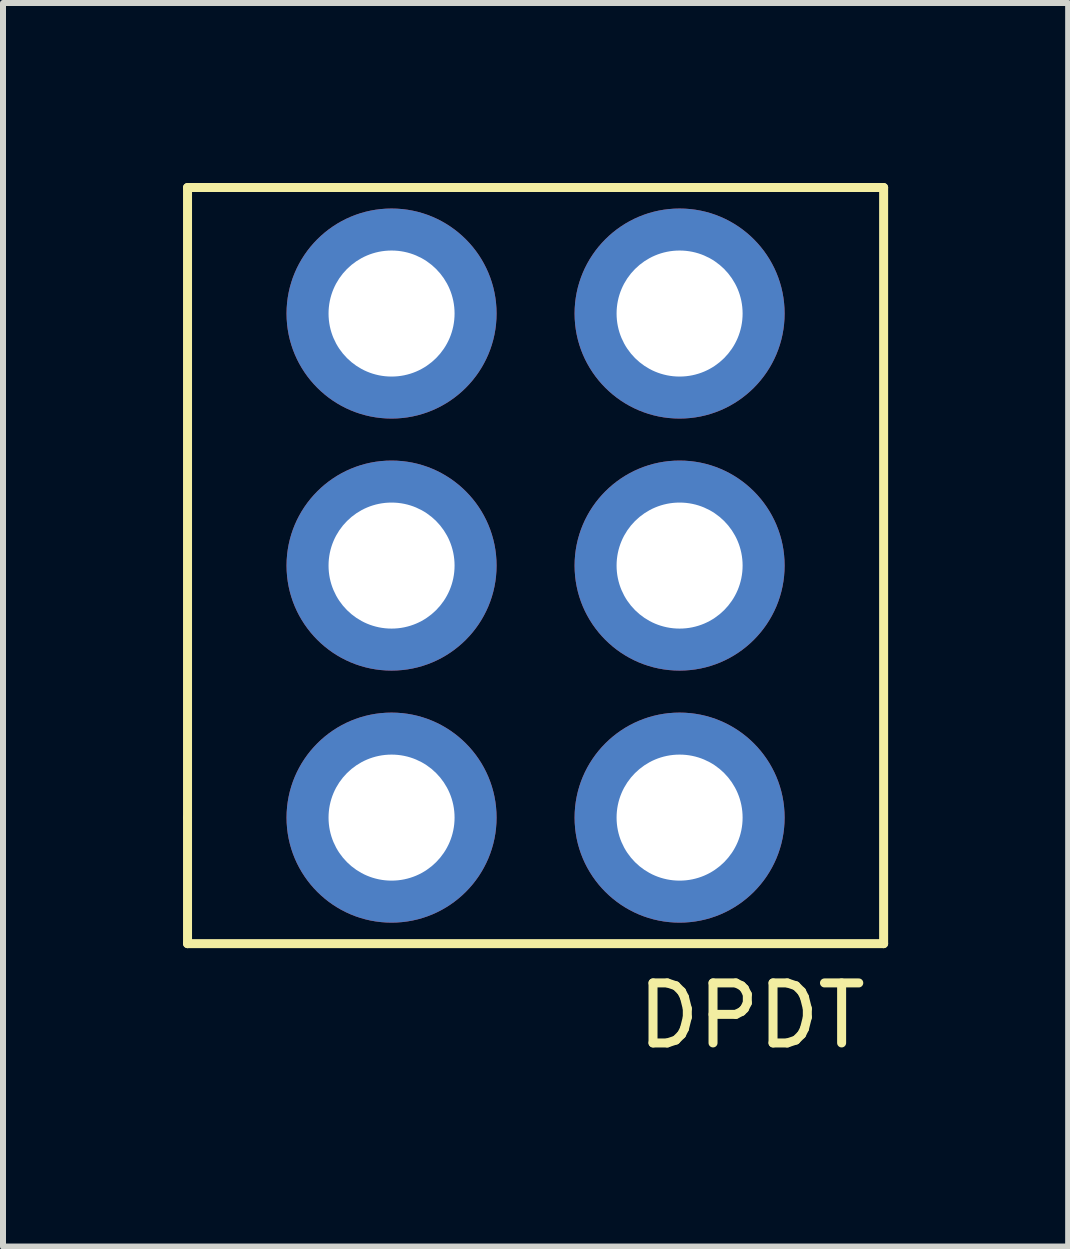
<source format=kicad_pcb>
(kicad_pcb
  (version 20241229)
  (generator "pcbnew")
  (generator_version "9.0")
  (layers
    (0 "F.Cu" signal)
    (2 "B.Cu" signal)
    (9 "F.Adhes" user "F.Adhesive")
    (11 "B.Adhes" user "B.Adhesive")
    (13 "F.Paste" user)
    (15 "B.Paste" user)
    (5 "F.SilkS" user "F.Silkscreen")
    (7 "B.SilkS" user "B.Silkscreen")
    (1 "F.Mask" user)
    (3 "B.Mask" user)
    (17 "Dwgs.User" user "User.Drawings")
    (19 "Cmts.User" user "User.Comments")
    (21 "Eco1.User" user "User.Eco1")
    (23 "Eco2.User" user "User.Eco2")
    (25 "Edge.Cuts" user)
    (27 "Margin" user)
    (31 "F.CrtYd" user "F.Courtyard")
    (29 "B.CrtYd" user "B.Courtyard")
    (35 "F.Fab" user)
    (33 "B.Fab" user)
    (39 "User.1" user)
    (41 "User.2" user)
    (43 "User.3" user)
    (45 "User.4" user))
  (footprint "DPDT"
    (layer "F.Cu")
    (at 3.475 10.575)
    (property "Reference" "DPDT" (at 6 3.3 0) (layer "F.SilkS") (effects (font (size 1 1) (thickness 0.15))))
    (attr through_hole)
    (fp_line (start -3.4 -10.5) (end -3.4 0) (stroke (width 0.15) (type solid)) (layer "F.SilkS"))
    (fp_line (start -3.4 0) (end -3.4 2.1) (stroke (width 0.15) (type solid)) (layer "F.SilkS"))
    (fp_line (start -3.4 2.1) (end 8.2 2.1) (stroke (width 0.15) (type solid)) (layer "F.SilkS"))
    (fp_line (start 8.2 -10.5) (end -3.4 -10.5) (stroke (width 0.15) (type solid)) (layer "F.SilkS"))
    (fp_line (start 8.2 2.1) (end 8.2 -10.5) (stroke (width 0.15) (type solid)) (layer "F.SilkS"))
    (pad "1" thru_hole circle (at 0 0) (size 3.5 3.5) (drill 2.1) (layers "*.Cu" "*.Mask"))
    (pad "2" thru_hole circle (at 0 -4.2) (size 3.5 3.5) (drill 2.1) (layers "*.Cu" "*.Mask"))
    (pad "3" thru_hole circle (at 0 -8.4) (size 3.5 3.5) (drill 2.1) (layers "*.Cu" "*.Mask"))
    (pad "4" thru_hole circle (at 4.8 0) (size 3.5 3.5) (drill 2.1) (layers "*.Cu" "*.Mask"))
    (pad "5" thru_hole circle (at 4.8 -4.2) (size 3.5 3.5) (drill 2.1) (layers "*.Cu" "*.Mask"))
    (pad "6" thru_hole circle (at 4.8 -8.4) (size 3.5 3.5) (drill 2.1) (layers "*.Cu" "*.Mask")))
  (gr_rect
    (start -3 -3)
    (end 14.75 17.723)
    (stroke (width 0.1) (type default))
    (fill no)
    (layer "Edge.Cuts")))
</source>
